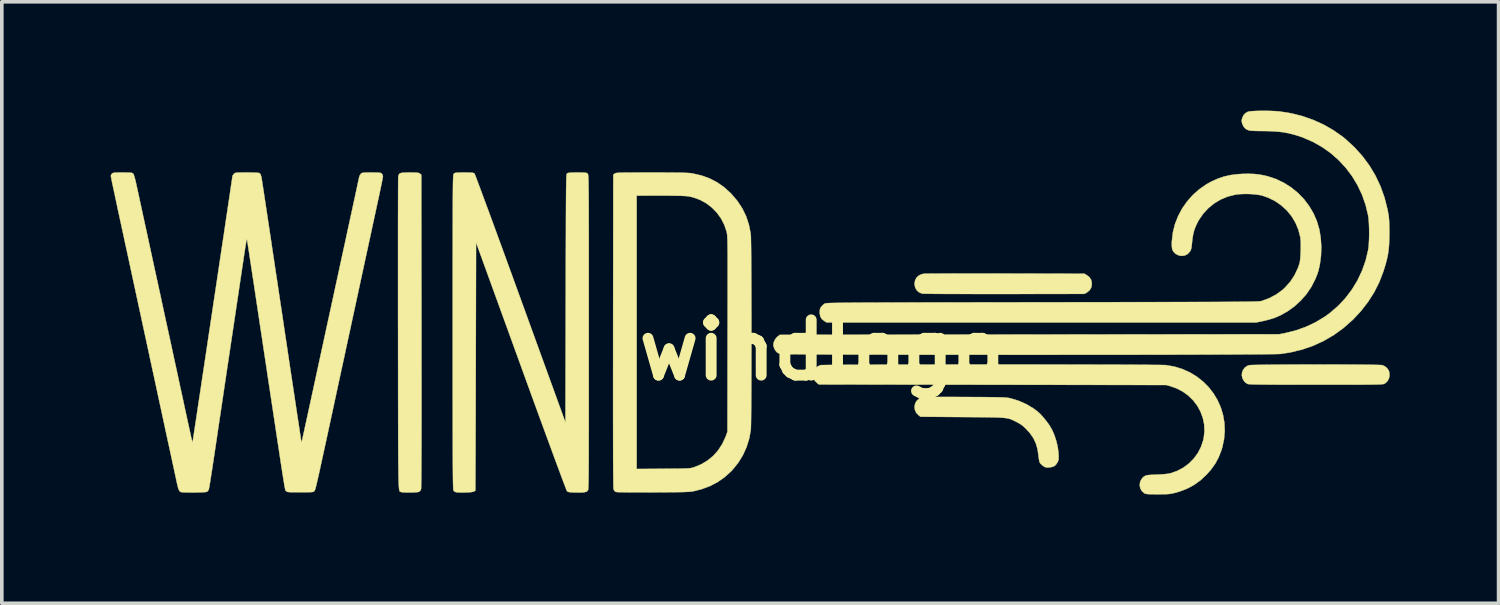
<source format=kicad_pcb>
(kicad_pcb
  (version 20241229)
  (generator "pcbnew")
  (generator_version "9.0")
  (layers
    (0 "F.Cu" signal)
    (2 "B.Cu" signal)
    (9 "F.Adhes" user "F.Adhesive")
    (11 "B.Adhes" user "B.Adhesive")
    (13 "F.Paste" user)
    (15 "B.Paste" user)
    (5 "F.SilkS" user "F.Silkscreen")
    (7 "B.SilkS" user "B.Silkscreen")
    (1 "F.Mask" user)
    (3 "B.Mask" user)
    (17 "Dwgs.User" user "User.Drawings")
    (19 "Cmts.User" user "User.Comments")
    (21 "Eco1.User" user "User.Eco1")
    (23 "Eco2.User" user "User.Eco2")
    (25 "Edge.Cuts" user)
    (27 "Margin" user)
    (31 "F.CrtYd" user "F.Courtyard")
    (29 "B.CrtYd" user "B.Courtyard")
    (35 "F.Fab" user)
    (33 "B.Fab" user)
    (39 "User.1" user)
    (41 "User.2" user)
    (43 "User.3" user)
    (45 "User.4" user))
  (footprint "windlogo"
    (layer "F.Cu")
    (at 19.603 6.602)
    (property "Reference" "windlogo" (at 0 0 0) (layer "F.SilkS") (effects (font (size 1.524 1.524) (thickness 0.3))))
    (attr through_hole)
    (fp_poly (pts (xy 4.428 -2.112) (xy 4.677 -2.112) (xy 4.934 -2.111) (xy 5.07 -2.111) (xy 7.24 -2.106) (xy 7.304 -2.069) (xy 7.379 -2.012) (xy 7.426 -1.94) (xy 7.445 -1.853) (xy 7.446 -1.828) (xy 7.433 -1.736) (xy 7.394 -1.661) (xy 7.326 -1.6) (xy 7.304 -1.586) (xy 7.24 -1.55) (xy 5.031 -1.547) (xy 4.767 -1.547) (xy 4.512 -1.547) (xy 4.267 -1.547) (xy 4.034 -1.548) (xy 3.814 -1.548) (xy 3.611 -1.549) (xy 3.424 -1.549) (xy 3.257 -1.55) (xy 3.112 -1.551) (xy 2.989 -1.553) (xy 2.892 -1.554) (xy 2.821 -1.555) (xy 2.779 -1.557) (xy 2.768 -1.558) (xy 2.683 -1.593) (xy 2.618 -1.651) (xy 2.576 -1.728) (xy 2.559 -1.82) (xy 2.559 -1.828) (xy 2.573 -1.921) (xy 2.614 -1.999) (xy 2.678 -2.058) (xy 2.764 -2.095) (xy 2.818 -2.106) (xy 2.844 -2.107) (xy 2.899 -2.108) (xy 2.983 -2.109) (xy 3.092 -2.11) (xy 3.226 -2.11) (xy 3.382 -2.111) (xy 3.558 -2.111) (xy 3.753 -2.112) (xy 3.964 -2.112) (xy 4.189 -2.112) (xy 4.428 -2.112)) (stroke (width 0.01) (type solid)) (fill yes) (layer "F.SilkS"))
    (fp_poly (pts (xy 13.905 0.397) (xy 14.113 0.397) (xy 14.314 0.398) (xy 14.508 0.398) (xy 14.69 0.399) (xy 14.859 0.401) (xy 15.012 0.402) (xy 15.146 0.404) (xy 15.26 0.406) (xy 15.35 0.408) (xy 15.414 0.411) (xy 15.449 0.413) (xy 15.454 0.414) (xy 15.529 0.449) (xy 15.591 0.503) (xy 15.634 0.569) (xy 15.642 0.593) (xy 15.653 0.687) (xy 15.639 0.774) (xy 15.6 0.851) (xy 15.54 0.909) (xy 15.508 0.928) (xy 15.497 0.932) (xy 15.483 0.935) (xy 15.462 0.938) (xy 15.433 0.941) (xy 15.395 0.944) (xy 15.346 0.946) (xy 15.283 0.947) (xy 15.206 0.949) (xy 15.112 0.95) (xy 15 0.951) (xy 14.869 0.952) (xy 14.715 0.952) (xy 14.538 0.953) (xy 14.336 0.953) (xy 14.107 0.953) (xy 13.849 0.953) (xy 13.62 0.953) (xy 13.33 0.953) (xy 13.071 0.953) (xy 12.84 0.952) (xy 12.636 0.952) (xy 12.458 0.951) (xy 12.304 0.95) (xy 12.172 0.949) (xy 12.061 0.947) (xy 11.97 0.946) (xy 11.896 0.944) (xy 11.838 0.942) (xy 11.794 0.939) (xy 11.764 0.937) (xy 11.744 0.933) (xy 11.738 0.931) (xy 11.695 0.905) (xy 11.653 0.867) (xy 11.647 0.86) (xy 11.6 0.783) (xy 11.581 0.7) (xy 11.587 0.618) (xy 11.617 0.542) (xy 11.668 0.477) (xy 11.739 0.431) (xy 11.783 0.416) (xy 11.81 0.413) (xy 11.867 0.41) (xy 11.949 0.408) (xy 12.056 0.406) (xy 12.185 0.404) (xy 12.333 0.402) (xy 12.498 0.401) (xy 12.676 0.399) (xy 12.867 0.398) (xy 13.066 0.398) (xy 13.272 0.397) (xy 13.482 0.397) (xy 13.694 0.396) (xy 13.905 0.397)) (stroke (width 0.01) (type solid)) (fill yes) (layer "F.SilkS"))
    (fp_poly (pts (xy 3.542 1.29) (xy 3.769 1.291) (xy 3.955 1.292) (xy 4.172 1.293) (xy 4.359 1.294) (xy 4.52 1.295) (xy 4.656 1.297) (xy 4.771 1.298) (xy 4.865 1.3) (xy 4.943 1.302) (xy 5.007 1.304) (xy 5.058 1.307) (xy 5.099 1.311) (xy 5.134 1.315) (xy 5.163 1.32) (xy 5.191 1.325) (xy 5.215 1.331) (xy 5.435 1.399) (xy 5.646 1.493) (xy 5.84 1.609) (xy 5.963 1.703) (xy 6.022 1.758) (xy 6.091 1.833) (xy 6.164 1.92) (xy 6.234 2.011) (xy 6.277 2.072) (xy 6.352 2.201) (xy 6.417 2.352) (xy 6.47 2.517) (xy 6.508 2.686) (xy 6.528 2.85) (xy 6.528 2.855) (xy 6.532 2.931) (xy 6.531 2.985) (xy 6.527 3.024) (xy 6.516 3.059) (xy 6.502 3.089) (xy 6.467 3.144) (xy 6.424 3.188) (xy 6.414 3.195) (xy 6.358 3.218) (xy 6.288 3.233) (xy 6.219 3.237) (xy 6.175 3.232) (xy 6.131 3.211) (xy 6.08 3.175) (xy 6.035 3.133) (xy 6.015 3.107) (xy 6.001 3.073) (xy 5.989 3.013) (xy 5.978 2.936) (xy 5.975 2.906) (xy 5.948 2.726) (xy 5.902 2.567) (xy 5.833 2.423) (xy 5.739 2.288) (xy 5.624 2.162) (xy 5.544 2.089) (xy 5.463 2.031) (xy 5.367 1.978) (xy 5.367 1.978) (xy 5.321 1.955) (xy 5.281 1.936) (xy 5.245 1.919) (xy 5.209 1.904) (xy 5.171 1.892) (xy 5.128 1.882) (xy 5.079 1.874) (xy 5.021 1.867) (xy 4.951 1.862) (xy 4.867 1.857) (xy 4.766 1.854) (xy 4.646 1.852) (xy 4.505 1.85) (xy 4.34 1.848) (xy 4.148 1.847) (xy 3.927 1.845) (xy 3.885 1.845) (xy 2.723 1.836) (xy 2.667 1.793) (xy 2.604 1.726) (xy 2.568 1.643) (xy 2.559 1.566) (xy 2.574 1.476) (xy 2.616 1.4) (xy 2.681 1.341) (xy 2.767 1.303) (xy 2.795 1.299) (xy 2.85 1.296) (xy 2.931 1.294) (xy 3.041 1.292) (xy 3.178 1.291) (xy 3.345 1.29) (xy 3.542 1.29)) (stroke (width 0.01) (type solid)) (fill yes) (layer "F.SilkS"))
    (fp_poly (pts (xy -11.264 -4.895) (xy -11.195 -4.894) (xy -11.147 -4.89) (xy -11.115 -4.885) (xy -11.093 -4.876) (xy -11.077 -4.865) (xy -11.039 -4.835) (xy -11.034 -0.53) (xy -11.034 -0.038) (xy -11.034 0.423) (xy -11.033 0.852) (xy -11.033 1.251) (xy -11.033 1.62) (xy -11.033 1.959) (xy -11.034 2.268) (xy -11.034 2.548) (xy -11.035 2.8) (xy -11.036 3.023) (xy -11.037 3.218) (xy -11.038 3.386) (xy -11.039 3.526) (xy -11.04 3.64) (xy -11.042 3.727) (xy -11.043 3.788) (xy -11.045 3.824) (xy -11.046 3.833) (xy -11.068 3.879) (xy -11.103 3.905) (xy -11.113 3.909) (xy -11.149 3.915) (xy -11.208 3.92) (xy -11.282 3.923) (xy -11.363 3.925) (xy -11.443 3.924) (xy -11.514 3.921) (xy -11.568 3.917) (xy -11.596 3.911) (xy -11.604 3.908) (xy -11.611 3.907) (xy -11.618 3.906) (xy -11.625 3.903) (xy -11.631 3.898) (xy -11.636 3.89) (xy -11.641 3.878) (xy -11.645 3.86) (xy -11.65 3.835) (xy -11.653 3.802) (xy -11.657 3.76) (xy -11.66 3.709) (xy -11.662 3.646) (xy -11.665 3.571) (xy -11.667 3.482) (xy -11.669 3.379) (xy -11.67 3.26) (xy -11.672 3.125) (xy -11.673 2.972) (xy -11.674 2.8) (xy -11.675 2.608) (xy -11.676 2.394) (xy -11.676 2.159) (xy -11.677 1.899) (xy -11.677 1.616) (xy -11.678 1.307) (xy -11.678 0.971) (xy -11.678 0.607) (xy -11.679 0.214) (xy -11.679 -0.209) (xy -11.679 -0.444) (xy -11.68 -0.811) (xy -11.68 -1.171) (xy -11.68 -1.521) (xy -11.68 -1.86) (xy -11.68 -2.188) (xy -11.68 -2.502) (xy -11.68 -2.802) (xy -11.68 -3.086) (xy -11.68 -3.353) (xy -11.68 -3.601) (xy -11.679 -3.829) (xy -11.679 -4.036) (xy -11.678 -4.22) (xy -11.678 -4.381) (xy -11.677 -4.517) (xy -11.677 -4.626) (xy -11.676 -4.707) (xy -11.675 -4.759) (xy -11.674 -4.781) (xy -11.674 -4.781) (xy -11.665 -4.822) (xy -11.651 -4.851) (xy -11.627 -4.872) (xy -11.589 -4.885) (xy -11.532 -4.892) (xy -11.452 -4.895) (xy -11.359 -4.896) (xy -11.264 -4.895)) (stroke (width 0.01) (type solid)) (fill yes) (layer "F.SilkS"))
    (fp_poly (pts (xy 5.088 0.397) (xy 5.424 0.397) (xy 5.758 0.397) (xy 6.086 0.398) (xy 6.409 0.398) (xy 6.724 0.398) (xy 7.029 0.399) (xy 7.324 0.399) (xy 7.607 0.4) (xy 7.876 0.401) (xy 8.129 0.401) (xy 8.366 0.402) (xy 8.585 0.403) (xy 8.783 0.404) (xy 8.961 0.405) (xy 9.115 0.407) (xy 9.245 0.408) (xy 9.349 0.409) (xy 9.426 0.411) (xy 9.473 0.412) (xy 9.488 0.413) (xy 9.724 0.455) (xy 9.946 0.523) (xy 10.153 0.617) (xy 10.343 0.733) (xy 10.515 0.869) (xy 10.669 1.024) (xy 10.801 1.195) (xy 10.912 1.38) (xy 11 1.578) (xy 11.063 1.786) (xy 11.1 2.002) (xy 11.11 2.224) (xy 11.091 2.451) (xy 11.043 2.679) (xy 11.015 2.769) (xy 10.942 2.955) (xy 10.852 3.124) (xy 10.74 3.282) (xy 10.619 3.421) (xy 10.45 3.581) (xy 10.27 3.712) (xy 10.076 3.817) (xy 9.863 3.899) (xy 9.743 3.933) (xy 9.683 3.947) (xy 9.631 3.958) (xy 9.579 3.965) (xy 9.52 3.97) (xy 9.448 3.972) (xy 9.357 3.973) (xy 9.26 3.974) (xy 9.15 3.973) (xy 9.067 3.972) (xy 9.006 3.97) (xy 8.962 3.966) (xy 8.931 3.961) (xy 8.908 3.952) (xy 8.89 3.943) (xy 8.826 3.887) (xy 8.785 3.816) (xy 8.767 3.736) (xy 8.773 3.655) (xy 8.802 3.577) (xy 8.853 3.51) (xy 8.903 3.473) (xy 8.927 3.461) (xy 8.956 3.452) (xy 8.997 3.445) (xy 9.053 3.44) (xy 9.13 3.436) (xy 9.234 3.432) (xy 9.235 3.432) (xy 9.384 3.424) (xy 9.503 3.414) (xy 9.591 3.4) (xy 9.615 3.395) (xy 9.801 3.329) (xy 9.971 3.238) (xy 10.125 3.123) (xy 10.259 2.987) (xy 10.371 2.833) (xy 10.458 2.663) (xy 10.518 2.48) (xy 10.531 2.421) (xy 10.552 2.232) (xy 10.543 2.045) (xy 10.505 1.865) (xy 10.441 1.693) (xy 10.352 1.532) (xy 10.24 1.385) (xy 10.106 1.254) (xy 9.953 1.143) (xy 9.781 1.054) (xy 9.621 0.997) (xy 9.497 0.962) (xy 4.71 0.954) (xy -0.077 0.946) (xy -0.122 0.912) (xy -0.189 0.847) (xy -0.228 0.77) (xy -0.238 0.688) (xy -0.234 0.63) (xy -0.223 0.577) (xy -0.215 0.557) (xy -0.168 0.495) (xy -0.102 0.444) (xy -0.035 0.414) (xy -0.014 0.412) (xy 0.038 0.411) (xy 0.118 0.41) (xy 0.226 0.408) (xy 0.359 0.407) (xy 0.516 0.406) (xy 0.697 0.405) (xy 0.898 0.404) (xy 1.119 0.403) (xy 1.358 0.402) (xy 1.614 0.401) (xy 1.884 0.4) (xy 2.169 0.4) (xy 2.465 0.399) (xy 2.772 0.399) (xy 3.088 0.398) (xy 3.411 0.398) (xy 3.741 0.397) (xy 4.075 0.397) (xy 4.412 0.397) (xy 4.75 0.397) (xy 5.088 0.397)) (stroke (width 0.01) (type solid)) (fill yes) (layer "F.SilkS"))
    (fp_poly (pts (xy 12.261 -6.597) (xy 12.374 -6.594) (xy 12.481 -6.59) (xy 12.577 -6.584) (xy 12.617 -6.58) (xy 12.936 -6.53) (xy 13.247 -6.452) (xy 13.548 -6.347) (xy 13.837 -6.216) (xy 14.109 -6.06) (xy 14.362 -5.882) (xy 14.44 -5.818) (xy 14.687 -5.591) (xy 14.907 -5.347) (xy 15.1 -5.086) (xy 15.265 -4.81) (xy 15.403 -4.517) (xy 15.513 -4.21) (xy 15.595 -3.887) (xy 15.612 -3.798) (xy 15.625 -3.725) (xy 15.634 -3.657) (xy 15.64 -3.588) (xy 15.644 -3.51) (xy 15.647 -3.416) (xy 15.648 -3.301) (xy 15.648 -3.235) (xy 15.646 -3.059) (xy 15.64 -2.907) (xy 15.628 -2.771) (xy 15.61 -2.642) (xy 15.583 -2.513) (xy 15.547 -2.376) (xy 15.5 -2.222) (xy 15.479 -2.157) (xy 15.369 -1.871) (xy 15.229 -1.594) (xy 15.06 -1.329) (xy 14.865 -1.077) (xy 14.643 -0.84) (xy 14.629 -0.827) (xy 14.381 -0.608) (xy 14.117 -0.417) (xy 13.839 -0.255) (xy 13.546 -0.12) (xy 13.238 -0.014) (xy 12.917 0.063) (xy 12.652 0.104) (xy 12.621 0.106) (xy 12.559 0.108) (xy 12.468 0.11) (xy 12.35 0.111) (xy 12.205 0.113) (xy 12.036 0.115) (xy 11.842 0.116) (xy 11.626 0.117) (xy 11.389 0.119) (xy 11.132 0.12) (xy 10.856 0.121) (xy 10.562 0.122) (xy 10.252 0.123) (xy 9.927 0.124) (xy 9.589 0.125) (xy 9.238 0.125) (xy 8.875 0.126) (xy 8.503 0.127) (xy 8.122 0.127) (xy 7.733 0.128) (xy 7.339 0.128) (xy 6.939 0.128) (xy 6.536 0.128) (xy 6.13 0.129) (xy 5.723 0.129) (xy 5.316 0.129) (xy 4.911 0.128) (xy 4.508 0.128) (xy 4.109 0.128) (xy 3.715 0.128) (xy 3.328 0.127) (xy 2.948 0.127) (xy 2.577 0.126) (xy 2.216 0.125) (xy 1.867 0.125) (xy 1.53 0.124) (xy 1.208 0.123) (xy 0.9 0.122) (xy 0.609 0.121) (xy 0.335 0.12) (xy 0.081 0.119) (xy -0.153 0.117) (xy -0.366 0.116) (xy -0.556 0.115) (xy -0.722 0.113) (xy -0.863 0.112) (xy -0.977 0.11) (xy -1.063 0.108) (xy -1.121 0.106) (xy -1.148 0.105) (xy -1.149 0.104) (xy -1.198 0.082) (xy -1.238 0.057) (xy -1.243 0.053) (xy -1.28 0.007) (xy -1.312 -0.056) (xy -1.331 -0.12) (xy -1.334 -0.151) (xy -1.321 -0.222) (xy -1.286 -0.295) (xy -1.235 -0.358) (xy -1.215 -0.375) (xy -1.155 -0.421) (xy 5.729 -0.43) (xy 12.613 -0.438) (xy 12.788 -0.473) (xy 13.072 -0.543) (xy 13.349 -0.643) (xy 13.615 -0.769) (xy 13.865 -0.919) (xy 14.013 -1.027) (xy 14.237 -1.22) (xy 14.438 -1.435) (xy 14.616 -1.67) (xy 14.769 -1.922) (xy 14.895 -2.189) (xy 14.994 -2.468) (xy 15.063 -2.757) (xy 15.076 -2.845) (xy 15.084 -2.958) (xy 15.09 -3.087) (xy 15.092 -3.225) (xy 15.09 -3.362) (xy 15.085 -3.493) (xy 15.077 -3.609) (xy 15.065 -3.702) (xy 15.063 -3.713) (xy 14.993 -4.004) (xy 14.895 -4.283) (xy 14.77 -4.547) (xy 14.62 -4.796) (xy 14.446 -5.027) (xy 14.249 -5.239) (xy 14.032 -5.43) (xy 13.795 -5.598) (xy 13.54 -5.742) (xy 13.269 -5.86) (xy 13.168 -5.896) (xy 13.02 -5.941) (xy 12.878 -5.977) (xy 12.736 -6.004) (xy 12.587 -6.022) (xy 12.423 -6.034) (xy 12.239 -6.039) (xy 12.132 -6.04) (xy 12.034 -6.041) (xy 11.942 -6.043) (xy 11.864 -6.047) (xy 11.806 -6.052) (xy 11.775 -6.057) (xy 11.693 -6.094) (xy 11.634 -6.154) (xy 11.595 -6.237) (xy 11.594 -6.24) (xy 11.58 -6.294) (xy 11.577 -6.332) (xy 11.585 -6.372) (xy 11.595 -6.404) (xy 11.631 -6.481) (xy 11.683 -6.535) (xy 11.75 -6.572) (xy 11.788 -6.58) (xy 11.851 -6.587) (xy 11.936 -6.592) (xy 12.036 -6.596) (xy 12.146 -6.597) (xy 12.261 -6.597)) (stroke (width 0.01) (type solid)) (fill yes) (layer "F.SilkS"))
    (fp_poly (pts (xy -4.482 -4.896) (xy -4.302 -4.895) (xy -4.149 -4.894) (xy -4.02 -4.893) (xy -3.913 -4.892) (xy -3.823 -4.89) (xy -3.75 -4.887) (xy -3.69 -4.884) (xy -3.64 -4.881) (xy -3.599 -4.876) (xy -3.563 -4.871) (xy -3.559 -4.87) (xy -3.316 -4.814) (xy -3.089 -4.732) (xy -2.879 -4.622) (xy -2.684 -4.485) (xy -2.502 -4.319) (xy -2.483 -4.299) (xy -2.321 -4.107) (xy -2.188 -3.904) (xy -2.084 -3.689) (xy -2.008 -3.459) (xy -1.96 -3.214) (xy -1.956 -3.179) (xy -1.953 -3.146) (xy -1.952 -3.083) (xy -1.95 -2.992) (xy -1.948 -2.876) (xy -1.946 -2.737) (xy -1.945 -2.576) (xy -1.944 -2.396) (xy -1.943 -2.199) (xy -1.942 -1.987) (xy -1.941 -1.762) (xy -1.94 -1.527) (xy -1.94 -1.282) (xy -1.939 -1.032) (xy -1.939 -0.777) (xy -1.939 -0.519) (xy -1.939 -0.261) (xy -1.939 -0.006) (xy -1.94 0.246) (xy -1.94 0.492) (xy -1.941 0.729) (xy -1.941 0.957) (xy -1.942 1.172) (xy -1.943 1.372) (xy -1.944 1.556) (xy -1.946 1.721) (xy -1.947 1.865) (xy -1.949 1.986) (xy -1.951 2.082) (xy -1.953 2.151) (xy -1.955 2.191) (xy -1.955 2.195) (xy -1.999 2.438) (xy -2.072 2.672) (xy -2.173 2.895) (xy -2.3 3.103) (xy -2.453 3.293) (xy -2.5 3.343) (xy -2.678 3.503) (xy -2.871 3.638) (xy -3.08 3.747) (xy -3.309 3.832) (xy -3.493 3.88) (xy -3.526 3.887) (xy -3.558 3.893) (xy -3.592 3.899) (xy -3.63 3.903) (xy -3.676 3.906) (xy -3.732 3.909) (xy -3.801 3.912) (xy -3.885 3.914) (xy -3.987 3.915) (xy -4.11 3.917) (xy -4.257 3.918) (xy -4.43 3.919) (xy -4.632 3.92) (xy -4.641 3.92) (xy -4.882 3.921) (xy -5.091 3.921) (xy -5.269 3.921) (xy -5.414 3.919) (xy -5.528 3.917) (xy -5.61 3.915) (xy -5.661 3.911) (xy -5.678 3.908) (xy -5.717 3.88) (xy -5.738 3.833) (xy -5.74 3.814) (xy -5.742 3.77) (xy -5.744 3.701) (xy -5.745 3.606) (xy -5.746 3.485) (xy -5.748 3.338) (xy -5.748 3.276) (xy -5.102 3.276) (xy -4.367 3.271) (xy -4.195 3.269) (xy -4.051 3.268) (xy -3.933 3.267) (xy -3.838 3.265) (xy -3.761 3.263) (xy -3.701 3.26) (xy -3.654 3.257) (xy -3.617 3.253) (xy -3.587 3.247) (xy -3.56 3.241) (xy -3.534 3.233) (xy -3.521 3.228) (xy -3.323 3.148) (xy -3.146 3.042) (xy -2.989 2.913) (xy -2.854 2.76) (xy -2.74 2.584) (xy -2.648 2.386) (xy -2.636 2.352) (xy -2.599 2.249) (xy -2.595 -0.444) (xy -2.594 -0.787) (xy -2.594 -1.1) (xy -2.593 -1.384) (xy -2.593 -1.64) (xy -2.593 -1.871) (xy -2.593 -2.077) (xy -2.593 -2.26) (xy -2.593 -2.422) (xy -2.593 -2.563) (xy -2.594 -2.687) (xy -2.595 -2.793) (xy -2.596 -2.884) (xy -2.597 -2.96) (xy -2.599 -3.024) (xy -2.601 -3.077) (xy -2.603 -3.121) (xy -2.605 -3.156) (xy -2.608 -3.184) (xy -2.611 -3.208) (xy -2.614 -3.227) (xy -2.617 -3.245) (xy -2.621 -3.261) (xy -2.622 -3.265) (xy -2.686 -3.455) (xy -2.776 -3.63) (xy -2.891 -3.789) (xy -3.026 -3.929) (xy -3.181 -4.047) (xy -3.352 -4.141) (xy -3.536 -4.209) (xy -3.656 -4.237) (xy -3.699 -4.243) (xy -3.759 -4.248) (xy -3.837 -4.252) (xy -3.936 -4.255) (xy -4.058 -4.257) (xy -4.207 -4.259) (xy -4.384 -4.259) (xy -4.439 -4.259) (xy -5.102 -4.26) (xy -5.102 3.276) (xy -5.748 3.276) (xy -5.749 3.163) (xy -5.75 2.961) (xy -5.75 2.732) (xy -5.751 2.474) (xy -5.751 2.188) (xy -5.752 1.873) (xy -5.752 1.528) (xy -5.752 1.154) (xy -5.752 0.749) (xy -5.751 0.314) (xy -5.751 -0.153) (xy -5.751 -0.53) (xy -5.746 -4.835) (xy -5.708 -4.865) (xy -5.7 -4.871) (xy -5.688 -4.877) (xy -5.672 -4.881) (xy -5.648 -4.885) (xy -5.615 -4.888) (xy -5.569 -4.89) (xy -5.508 -4.892) (xy -5.43 -4.894) (xy -5.333 -4.894) (xy -5.214 -4.895) (xy -5.07 -4.895) (xy -4.9 -4.896) (xy -4.7 -4.896) (xy -4.69 -4.896) (xy -4.482 -4.896)) (stroke (width 0.01) (type solid)) (fill yes) (layer "F.SilkS"))
    (fp_poly (pts (xy 11.922 -4.856) (xy 12.056 -4.842) (xy 12.19 -4.817) (xy 12.292 -4.793) (xy 12.521 -4.717) (xy 12.738 -4.614) (xy 12.94 -4.486) (xy 13.125 -4.336) (xy 13.291 -4.165) (xy 13.435 -3.976) (xy 13.556 -3.771) (xy 13.651 -3.553) (xy 13.718 -3.324) (xy 13.719 -3.32) (xy 13.757 -3.085) (xy 13.772 -2.841) (xy 13.763 -2.597) (xy 13.732 -2.363) (xy 13.717 -2.294) (xy 13.7 -2.22) (xy 13.684 -2.162) (xy 13.667 -2.109) (xy 13.645 -2.051) (xy 13.615 -1.978) (xy 13.603 -1.951) (xy 13.497 -1.743) (xy 13.365 -1.548) (xy 13.208 -1.368) (xy 13.032 -1.207) (xy 12.838 -1.067) (xy 12.632 -0.953) (xy 12.48 -0.889) (xy 12.404 -0.864) (xy 12.311 -0.838) (xy 12.215 -0.813) (xy 12.16 -0.801) (xy 11.977 -0.763) (xy 6.056 -0.763) (xy 0.135 -0.763) (xy 0.072 -0.802) (xy 0.005 -0.854) (xy -0.036 -0.92) (xy -0.054 -1.004) (xy -0.055 -1.042) (xy -0.053 -1.103) (xy -0.043 -1.146) (xy -0.021 -1.184) (xy -0.011 -1.197) (xy 0.029 -1.241) (xy 0.073 -1.277) (xy 0.084 -1.284) (xy 0.09 -1.286) (xy 0.098 -1.288) (xy 0.11 -1.29) (xy 0.126 -1.292) (xy 0.148 -1.294) (xy 0.176 -1.296) (xy 0.212 -1.298) (xy 0.255 -1.299) (xy 0.309 -1.301) (xy 0.372 -1.302) (xy 0.447 -1.303) (xy 0.533 -1.305) (xy 0.633 -1.306) (xy 0.747 -1.307) (xy 0.876 -1.308) (xy 1.021 -1.309) (xy 1.183 -1.31) (xy 1.362 -1.31) (xy 1.561 -1.311) (xy 1.779 -1.312) (xy 2.018 -1.313) (xy 2.278 -1.313) (xy 2.561 -1.314) (xy 2.868 -1.315) (xy 3.199 -1.315) (xy 3.556 -1.316) (xy 3.939 -1.316) (xy 4.35 -1.317) (xy 4.789 -1.318) (xy 5.257 -1.318) (xy 5.755 -1.319) (xy 6.088 -1.32) (xy 6.606 -1.32) (xy 7.094 -1.321) (xy 7.551 -1.322) (xy 7.98 -1.322) (xy 8.381 -1.323) (xy 8.754 -1.324) (xy 9.102 -1.324) (xy 9.425 -1.325) (xy 9.723 -1.326) (xy 9.999 -1.326) (xy 10.252 -1.327) (xy 10.484 -1.328) (xy 10.695 -1.328) (xy 10.888 -1.329) (xy 11.061 -1.33) (xy 11.218 -1.331) (xy 11.358 -1.332) (xy 11.482 -1.333) (xy 11.592 -1.334) (xy 11.689 -1.335) (xy 11.773 -1.336) (xy 11.845 -1.338) (xy 11.906 -1.339) (xy 11.958 -1.341) (xy 12.001 -1.342) (xy 12.036 -1.344) (xy 12.064 -1.346) (xy 12.086 -1.348) (xy 12.103 -1.35) (xy 12.116 -1.352) (xy 12.127 -1.354) (xy 12.131 -1.356) (xy 12.342 -1.434) (xy 12.531 -1.535) (xy 12.699 -1.658) (xy 12.772 -1.725) (xy 12.917 -1.887) (xy 13.036 -2.068) (xy 13.129 -2.267) (xy 13.172 -2.392) (xy 13.183 -2.447) (xy 13.192 -2.526) (xy 13.199 -2.623) (xy 13.204 -2.728) (xy 13.206 -2.836) (xy 13.206 -2.939) (xy 13.202 -3.029) (xy 13.195 -3.099) (xy 13.194 -3.109) (xy 13.142 -3.314) (xy 13.063 -3.506) (xy 12.958 -3.684) (xy 12.828 -3.844) (xy 12.677 -3.984) (xy 12.506 -4.104) (xy 12.317 -4.199) (xy 12.144 -4.26) (xy 12.048 -4.28) (xy 11.929 -4.295) (xy 11.798 -4.304) (xy 11.664 -4.306) (xy 11.535 -4.301) (xy 11.42 -4.289) (xy 11.399 -4.285) (xy 11.194 -4.234) (xy 11.001 -4.154) (xy 10.822 -4.047) (xy 10.66 -3.916) (xy 10.518 -3.763) (xy 10.398 -3.59) (xy 10.352 -3.505) (xy 10.302 -3.396) (xy 10.264 -3.29) (xy 10.237 -3.179) (xy 10.217 -3.052) (xy 10.205 -2.936) (xy 10.197 -2.856) (xy 10.187 -2.8) (xy 10.173 -2.758) (xy 10.153 -2.721) (xy 10.151 -2.718) (xy 10.09 -2.652) (xy 10.015 -2.611) (xy 9.932 -2.597) (xy 9.847 -2.609) (xy 9.765 -2.649) (xy 9.736 -2.672) (xy 9.699 -2.711) (xy 9.673 -2.754) (xy 9.657 -2.808) (xy 9.651 -2.879) (xy 9.651 -2.972) (xy 9.654 -3.019) (xy 9.682 -3.253) (xy 9.74 -3.48) (xy 9.827 -3.7) (xy 9.939 -3.908) (xy 10.076 -4.103) (xy 10.235 -4.281) (xy 10.415 -4.44) (xy 10.614 -4.577) (xy 10.753 -4.653) (xy 10.924 -4.729) (xy 11.094 -4.786) (xy 11.272 -4.826) (xy 11.464 -4.85) (xy 11.611 -4.859) (xy 11.777 -4.861) (xy 11.922 -4.856)) (stroke (width 0.01) (type solid)) (fill yes) (layer "F.SilkS"))
    (fp_poly (pts (xy -6.641 -4.895) (xy -6.572 -4.894) (xy -6.524 -4.891) (xy -6.492 -4.886) (xy -6.472 -4.878) (xy -6.457 -4.867) (xy -6.453 -4.864) (xy -6.45 -4.86) (xy -6.447 -4.856) (xy -6.444 -4.849) (xy -6.442 -4.839) (xy -6.439 -4.825) (xy -6.437 -4.805) (xy -6.435 -4.778) (xy -6.433 -4.744) (xy -6.432 -4.701) (xy -6.43 -4.648) (xy -6.429 -4.584) (xy -6.428 -4.507) (xy -6.427 -4.417) (xy -6.426 -4.313) (xy -6.425 -4.193) (xy -6.424 -4.056) (xy -6.424 -3.902) (xy -6.423 -3.729) (xy -6.423 -3.535) (xy -6.422 -3.32) (xy -6.422 -3.083) (xy -6.422 -2.823) (xy -6.422 -2.538) (xy -6.422 -2.228) (xy -6.422 -1.89) (xy -6.422 -1.525) (xy -6.422 -1.131) (xy -6.422 -0.706) (xy -6.422 -0.493) (xy -6.422 -0.053) (xy -6.422 0.355) (xy -6.422 0.734) (xy -6.422 1.085) (xy -6.422 1.408) (xy -6.422 1.705) (xy -6.422 1.977) (xy -6.422 2.225) (xy -6.423 2.45) (xy -6.423 2.654) (xy -6.423 2.837) (xy -6.424 3) (xy -6.425 3.145) (xy -6.425 3.273) (xy -6.426 3.384) (xy -6.427 3.481) (xy -6.428 3.564) (xy -6.43 3.634) (xy -6.431 3.692) (xy -6.433 3.74) (xy -6.434 3.778) (xy -6.436 3.808) (xy -6.438 3.831) (xy -6.441 3.848) (xy -6.443 3.86) (xy -6.446 3.868) (xy -6.449 3.873) (xy -6.452 3.877) (xy -6.452 3.877) (xy -6.479 3.898) (xy -6.517 3.912) (xy -6.569 3.921) (xy -6.64 3.925) (xy -6.736 3.925) (xy -6.794 3.924) (xy -6.879 3.921) (xy -6.938 3.917) (xy -6.977 3.911) (xy -7.002 3.902) (xy -7.02 3.89) (xy -7.023 3.886) (xy -7.031 3.869) (xy -7.05 3.822) (xy -7.078 3.748) (xy -7.116 3.649) (xy -7.163 3.524) (xy -7.218 3.376) (xy -7.281 3.206) (xy -7.352 3.015) (xy -7.429 2.805) (xy -7.513 2.576) (xy -7.603 2.331) (xy -7.699 2.069) (xy -7.8 1.794) (xy -7.905 1.505) (xy -8.015 1.204) (xy -8.128 0.893) (xy -8.244 0.573) (xy -8.291 0.443) (xy -9.529 -2.968) (xy -9.537 0.451) (xy -9.538 0.779) (xy -9.539 1.098) (xy -9.539 1.406) (xy -9.54 1.704) (xy -9.541 1.989) (xy -9.542 2.259) (xy -9.543 2.514) (xy -9.543 2.751) (xy -9.544 2.97) (xy -9.545 3.169) (xy -9.546 3.346) (xy -9.546 3.5) (xy -9.547 3.63) (xy -9.548 3.734) (xy -9.548 3.81) (xy -9.549 3.858) (xy -9.549 3.875) (xy -9.549 3.875) (xy -9.565 3.884) (xy -9.599 3.899) (xy -9.608 3.903) (xy -9.644 3.911) (xy -9.704 3.918) (xy -9.779 3.922) (xy -9.861 3.925) (xy -9.943 3.925) (xy -10.015 3.923) (xy -10.069 3.918) (xy -10.085 3.915) (xy -10.123 3.898) (xy -10.145 3.882) (xy -10.148 3.879) (xy -10.15 3.872) (xy -10.153 3.862) (xy -10.155 3.847) (xy -10.157 3.825) (xy -10.159 3.797) (xy -10.161 3.76) (xy -10.162 3.713) (xy -10.164 3.656) (xy -10.165 3.587) (xy -10.166 3.506) (xy -10.167 3.411) (xy -10.168 3.3) (xy -10.169 3.174) (xy -10.17 3.03) (xy -10.17 2.868) (xy -10.171 2.686) (xy -10.171 2.484) (xy -10.172 2.26) (xy -10.172 2.014) (xy -10.172 1.743) (xy -10.172 1.448) (xy -10.173 1.126) (xy -10.173 0.777) (xy -10.173 0.4) (xy -10.173 -0.007) (xy -10.173 -0.444) (xy -10.173 -0.487) (xy -10.173 -0.927) (xy -10.173 -1.336) (xy -10.173 -1.715) (xy -10.173 -2.066) (xy -10.173 -2.389) (xy -10.172 -2.686) (xy -10.172 -2.959) (xy -10.172 -3.207) (xy -10.172 -3.432) (xy -10.171 -3.636) (xy -10.171 -3.819) (xy -10.17 -3.983) (xy -10.17 -4.128) (xy -10.169 -4.256) (xy -10.168 -4.368) (xy -10.167 -4.465) (xy -10.166 -4.547) (xy -10.165 -4.618) (xy -10.163 -4.676) (xy -10.162 -4.724) (xy -10.16 -4.763) (xy -10.158 -4.793) (xy -10.156 -4.816) (xy -10.154 -4.833) (xy -10.151 -4.845) (xy -10.149 -4.853) (xy -10.146 -4.858) (xy -10.143 -4.862) (xy -10.141 -4.864) (xy -10.127 -4.876) (xy -10.108 -4.884) (xy -10.079 -4.89) (xy -10.036 -4.893) (xy -9.973 -4.895) (xy -9.885 -4.896) (xy -9.855 -4.896) (xy -9.757 -4.895) (xy -9.687 -4.894) (xy -9.638 -4.891) (xy -9.606 -4.885) (xy -9.585 -4.878) (xy -9.573 -4.868) (xy -9.565 -4.85) (xy -9.546 -4.804) (xy -9.518 -4.731) (xy -9.481 -4.632) (xy -9.435 -4.509) (xy -9.38 -4.362) (xy -9.318 -4.193) (xy -9.248 -4.004) (xy -9.171 -3.796) (xy -9.088 -3.57) (xy -8.999 -3.327) (xy -8.905 -3.069) (xy -8.805 -2.798) (xy -8.702 -2.513) (xy -8.594 -2.218) (xy -8.483 -1.913) (xy -8.369 -1.599) (xy -8.305 -1.423) (xy -7.065 1.993) (xy -7.057 -1.429) (xy -7.056 -1.817) (xy -7.056 -2.175) (xy -7.055 -2.503) (xy -7.054 -2.804) (xy -7.053 -3.078) (xy -7.052 -3.326) (xy -7.052 -3.55) (xy -7.051 -3.751) (xy -7.05 -3.93) (xy -7.049 -4.089) (xy -7.048 -4.229) (xy -7.047 -4.351) (xy -7.046 -4.456) (xy -7.044 -4.545) (xy -7.043 -4.621) (xy -7.041 -4.683) (xy -7.04 -4.734) (xy -7.038 -4.775) (xy -7.036 -4.806) (xy -7.033 -4.83) (xy -7.031 -4.847) (xy -7.028 -4.858) (xy -7.025 -4.865) (xy -7.022 -4.87) (xy -7.019 -4.873) (xy -6.998 -4.882) (xy -6.962 -4.889) (xy -6.907 -4.893) (xy -6.827 -4.895) (xy -6.736 -4.896) (xy -6.641 -4.895)) (stroke (width 0.01) (type solid)) (fill yes) (layer "F.SilkS"))
    (fp_poly (pts (xy -12.318 -4.895) (xy -12.248 -4.894) (xy -12.2 -4.891) (xy -12.168 -4.886) (xy -12.147 -4.879) (xy -12.132 -4.868) (xy -12.128 -4.864) (xy -12.104 -4.827) (xy -12.096 -4.794) (xy -12.099 -4.77) (xy -12.109 -4.718) (xy -12.123 -4.644) (xy -12.142 -4.551) (xy -12.164 -4.444) (xy -12.189 -4.327) (xy -12.198 -4.282) (xy -12.217 -4.193) (xy -12.243 -4.077) (xy -12.273 -3.936) (xy -12.308 -3.773) (xy -12.347 -3.593) (xy -12.389 -3.399) (xy -12.433 -3.192) (xy -12.48 -2.978) (xy -12.527 -2.759) (xy -12.575 -2.539) (xy -12.605 -2.4) (xy -12.656 -2.163) (xy -12.71 -1.914) (xy -12.765 -1.656) (xy -12.822 -1.394) (xy -12.878 -1.134) (xy -12.933 -0.881) (xy -12.985 -0.638) (xy -13.034 -0.411) (xy -13.079 -0.205) (xy -13.118 -0.025) (xy -13.123 0) (xy -13.164 0.192) (xy -13.207 0.389) (xy -13.25 0.587) (xy -13.292 0.781) (xy -13.332 0.966) (xy -13.369 1.138) (xy -13.402 1.291) (xy -13.43 1.422) (xy -13.447 1.502) (xy -13.515 1.818) (xy -13.577 2.105) (xy -13.633 2.363) (xy -13.683 2.595) (xy -13.728 2.801) (xy -13.768 2.984) (xy -13.803 3.144) (xy -13.833 3.284) (xy -13.86 3.405) (xy -13.883 3.508) (xy -13.903 3.594) (xy -13.92 3.666) (xy -13.934 3.724) (xy -13.945 3.771) (xy -13.955 3.807) (xy -13.963 3.834) (xy -13.97 3.854) (xy -13.976 3.868) (xy -13.981 3.877) (xy -13.986 3.883) (xy -13.988 3.886) (xy -14 3.896) (xy -14.015 3.904) (xy -14.038 3.91) (xy -14.073 3.914) (xy -14.123 3.916) (xy -14.194 3.918) (xy -14.289 3.918) (xy -14.377 3.918) (xy -14.493 3.918) (xy -14.581 3.917) (xy -14.646 3.916) (xy -14.692 3.913) (xy -14.723 3.909) (xy -14.743 3.902) (xy -14.757 3.894) (xy -14.766 3.886) (xy -14.771 3.882) (xy -14.775 3.877) (xy -14.779 3.872) (xy -14.783 3.863) (xy -14.787 3.85) (xy -14.792 3.831) (xy -14.798 3.804) (xy -14.805 3.767) (xy -14.814 3.72) (xy -14.824 3.66) (xy -14.836 3.587) (xy -14.85 3.498) (xy -14.867 3.391) (xy -14.886 3.266) (xy -14.909 3.121) (xy -14.934 2.954) (xy -14.963 2.763) (xy -14.996 2.547) (xy -15.033 2.305) (xy -15.073 2.035) (xy -15.119 1.735) (xy -15.124 1.701) (xy -15.135 1.627) (xy -15.151 1.523) (xy -15.17 1.393) (xy -15.194 1.239) (xy -15.22 1.063) (xy -15.25 0.868) (xy -15.282 0.655) (xy -15.316 0.428) (xy -15.352 0.188) (xy -15.39 -0.061) (xy -15.428 -0.318) (xy -15.468 -0.58) (xy -15.508 -0.845) (xy -15.513 -0.882) (xy -15.552 -1.138) (xy -15.589 -1.386) (xy -15.625 -1.624) (xy -15.659 -1.85) (xy -15.692 -2.062) (xy -15.721 -2.258) (xy -15.749 -2.437) (xy -15.773 -2.597) (xy -15.794 -2.735) (xy -15.812 -2.85) (xy -15.826 -2.94) (xy -15.836 -3.004) (xy -15.841 -3.038) (xy -15.842 -3.044) (xy -15.847 -3.05) (xy -15.855 -3.031) (xy -15.865 -2.986) (xy -15.879 -2.912) (xy -15.895 -2.809) (xy -15.904 -2.75) (xy -15.925 -2.611) (xy -15.95 -2.442) (xy -15.98 -2.246) (xy -16.013 -2.023) (xy -16.05 -1.775) (xy -16.09 -1.505) (xy -16.134 -1.214) (xy -16.18 -0.903) (xy -16.229 -0.574) (xy -16.281 -0.23) (xy -16.334 0.128) (xy -16.39 0.499) (xy -16.447 0.881) (xy -16.505 1.272) (xy -16.564 1.67) (xy -16.625 2.074) (xy -16.685 2.481) (xy -16.746 2.891) (xy -16.761 2.988) (xy -16.785 3.146) (xy -16.807 3.295) (xy -16.829 3.433) (xy -16.848 3.556) (xy -16.865 3.661) (xy -16.879 3.746) (xy -16.89 3.806) (xy -16.896 3.838) (xy -16.897 3.841) (xy -16.926 3.888) (xy -16.963 3.909) (xy -16.992 3.913) (xy -17.047 3.917) (xy -17.12 3.92) (xy -17.207 3.923) (xy -17.301 3.924) (xy -17.396 3.924) (xy -17.485 3.923) (xy -17.562 3.922) (xy -17.621 3.919) (xy -17.654 3.915) (xy -17.68 3.906) (xy -17.703 3.887) (xy -17.722 3.854) (xy -17.741 3.803) (xy -17.76 3.729) (xy -17.783 3.629) (xy -17.784 3.624) (xy -17.798 3.557) (xy -17.818 3.464) (xy -17.843 3.349) (xy -17.871 3.218) (xy -17.902 3.075) (xy -17.934 2.926) (xy -17.967 2.775) (xy -17.976 2.734) (xy -17.997 2.635) (xy -18.025 2.508) (xy -18.058 2.356) (xy -18.096 2.18) (xy -18.138 1.983) (xy -18.184 1.768) (xy -18.234 1.538) (xy -18.287 1.295) (xy -18.341 1.042) (xy -18.397 0.782) (xy -18.455 0.516) (xy -18.513 0.249) (xy -18.57 -0.019) (xy -18.573 -0.032) (xy -18.634 -0.315) (xy -18.698 -0.61) (xy -18.763 -0.912) (xy -18.829 -1.217) (xy -18.895 -1.523) (xy -18.96 -1.825) (xy -19.024 -2.12) (xy -19.085 -2.404) (xy -19.143 -2.673) (xy -19.198 -2.924) (xy -19.247 -3.154) (xy -19.291 -3.357) (xy -19.313 -3.458) (xy -19.356 -3.658) (xy -19.398 -3.849) (xy -19.436 -4.03) (xy -19.472 -4.198) (xy -19.504 -4.35) (xy -19.533 -4.484) (xy -19.557 -4.597) (xy -19.576 -4.689) (xy -19.589 -4.755) (xy -19.597 -4.795) (xy -19.598 -4.805) (xy -19.588 -4.836) (xy -19.567 -4.864) (xy -19.552 -4.876) (xy -19.534 -4.884) (xy -19.506 -4.89) (xy -19.464 -4.893) (xy -19.402 -4.895) (xy -19.316 -4.896) (xy -19.273 -4.896) (xy -19.174 -4.895) (xy -19.101 -4.894) (xy -19.051 -4.891) (xy -19.018 -4.886) (xy -18.997 -4.878) (xy -18.983 -4.868) (xy -18.982 -4.868) (xy -18.967 -4.84) (xy -18.948 -4.782) (xy -18.925 -4.698) (xy -18.899 -4.588) (xy -18.895 -4.57) (xy -18.885 -4.522) (xy -18.868 -4.445) (xy -18.845 -4.34) (xy -18.817 -4.211) (xy -18.784 -4.057) (xy -18.746 -3.883) (xy -18.704 -3.688) (xy -18.658 -3.476) (xy -18.608 -3.249) (xy -18.556 -3.007) (xy -18.501 -2.753) (xy -18.444 -2.49) (xy -18.385 -2.218) (xy -18.324 -1.94) (xy -18.263 -1.658) (xy -18.201 -1.373) (xy -18.14 -1.087) (xy -18.078 -0.803) (xy -18.017 -0.523) (xy -17.957 -0.248) (xy -17.899 0.021) (xy -17.843 0.28) (xy -17.789 0.528) (xy -17.738 0.764) (xy -17.691 0.984) (xy -17.646 1.188) (xy -17.606 1.373) (xy -17.571 1.538) (xy -17.54 1.681) (xy -17.528 1.736) (xy -17.494 1.892) (xy -17.462 2.039) (xy -17.433 2.172) (xy -17.407 2.291) (xy -17.385 2.391) (xy -17.367 2.469) (xy -17.354 2.524) (xy -17.348 2.551) (xy -17.347 2.554) (xy -17.344 2.538) (xy -17.337 2.493) (xy -17.326 2.419) (xy -17.31 2.319) (xy -17.291 2.194) (xy -17.269 2.046) (xy -17.243 1.877) (xy -17.215 1.688) (xy -17.184 1.481) (xy -17.15 1.258) (xy -17.114 1.02) (xy -17.077 0.77) (xy -17.037 0.508) (xy -16.996 0.236) (xy -16.954 -0.044) (xy -16.912 -0.329) (xy -16.868 -0.62) (xy -16.824 -0.913) (xy -16.78 -1.207) (xy -16.736 -1.501) (xy -16.692 -1.793) (xy -16.649 -2.081) (xy -16.607 -2.363) (xy -16.566 -2.638) (xy -16.526 -2.904) (xy -16.487 -3.16) (xy -16.451 -3.404) (xy -16.417 -3.633) (xy -16.385 -3.847) (xy -16.356 -4.044) (xy -16.329 -4.221) (xy -16.306 -4.378) (xy -16.286 -4.513) (xy -16.27 -4.623) (xy -16.257 -4.708) (xy -16.249 -4.766) (xy -16.245 -4.794) (xy -16.245 -4.797) (xy -16.234 -4.821) (xy -16.209 -4.853) (xy -16.206 -4.857) (xy -16.192 -4.87) (xy -16.177 -4.88) (xy -16.157 -4.887) (xy -16.127 -4.891) (xy -16.082 -4.894) (xy -16.018 -4.895) (xy -15.931 -4.896) (xy -15.843 -4.896) (xy -15.724 -4.895) (xy -15.633 -4.893) (xy -15.567 -4.89) (xy -15.523 -4.885) (xy -15.497 -4.878) (xy -15.491 -4.875) (xy -15.469 -4.843) (xy -15.45 -4.784) (xy -15.442 -4.743) (xy -15.438 -4.718) (xy -15.429 -4.662) (xy -15.416 -4.577) (xy -15.399 -4.466) (xy -15.378 -4.329) (xy -15.354 -4.167) (xy -15.326 -3.983) (xy -15.295 -3.778) (xy -15.261 -3.553) (xy -15.224 -3.309) (xy -15.185 -3.049) (xy -15.144 -2.773) (xy -15.1 -2.483) (xy -15.055 -2.18) (xy -15.007 -1.866) (xy -14.959 -1.542) (xy -14.909 -1.211) (xy -14.883 -1.038) (xy -14.833 -0.705) (xy -14.785 -0.379) (xy -14.737 -0.064) (xy -14.692 0.241) (xy -14.648 0.533) (xy -14.606 0.811) (xy -14.566 1.073) (xy -14.529 1.319) (xy -14.495 1.546) (xy -14.464 1.755) (xy -14.435 1.942) (xy -14.41 2.107) (xy -14.389 2.248) (xy -14.371 2.364) (xy -14.357 2.454) (xy -14.348 2.515) (xy -14.342 2.548) (xy -14.341 2.553) (xy -14.338 2.537) (xy -14.327 2.493) (xy -14.312 2.422) (xy -14.291 2.327) (xy -14.265 2.211) (xy -14.236 2.075) (xy -14.202 1.923) (xy -14.166 1.756) (xy -14.127 1.577) (xy -14.086 1.388) (xy -14.076 1.342) (xy -13.98 0.899) (xy -13.89 0.484) (xy -13.805 0.091) (xy -13.724 -0.281) (xy -13.647 -0.638) (xy -13.572 -0.982) (xy -13.499 -1.319) (xy -13.427 -1.65) (xy -13.355 -1.982) (xy -13.283 -2.316) (xy -13.209 -2.657) (xy -13.132 -3.009) (xy -13.082 -3.243) (xy -13.036 -3.454) (xy -12.992 -3.657) (xy -12.95 -3.85) (xy -12.911 -4.031) (xy -12.875 -4.197) (xy -12.843 -4.346) (xy -12.815 -4.476) (xy -12.792 -4.584) (xy -12.774 -4.669) (xy -12.761 -4.727) (xy -12.755 -4.757) (xy -12.755 -4.76) (xy -12.737 -4.811) (xy -12.711 -4.854) (xy -12.706 -4.859) (xy -12.691 -4.873) (xy -12.674 -4.882) (xy -12.649 -4.889) (xy -12.612 -4.893) (xy -12.558 -4.895) (xy -12.48 -4.896) (xy -12.415 -4.896) (xy -12.318 -4.895)) (stroke (width 0.01) (type solid)) (fill yes) (layer "F.SilkS")))
  (gr_rect
    (start -3 -3)
    (end 38.262 13.581)
    (stroke (width 0.1) (type default))
    (fill no)
    (layer "Edge.Cuts")))
</source>
